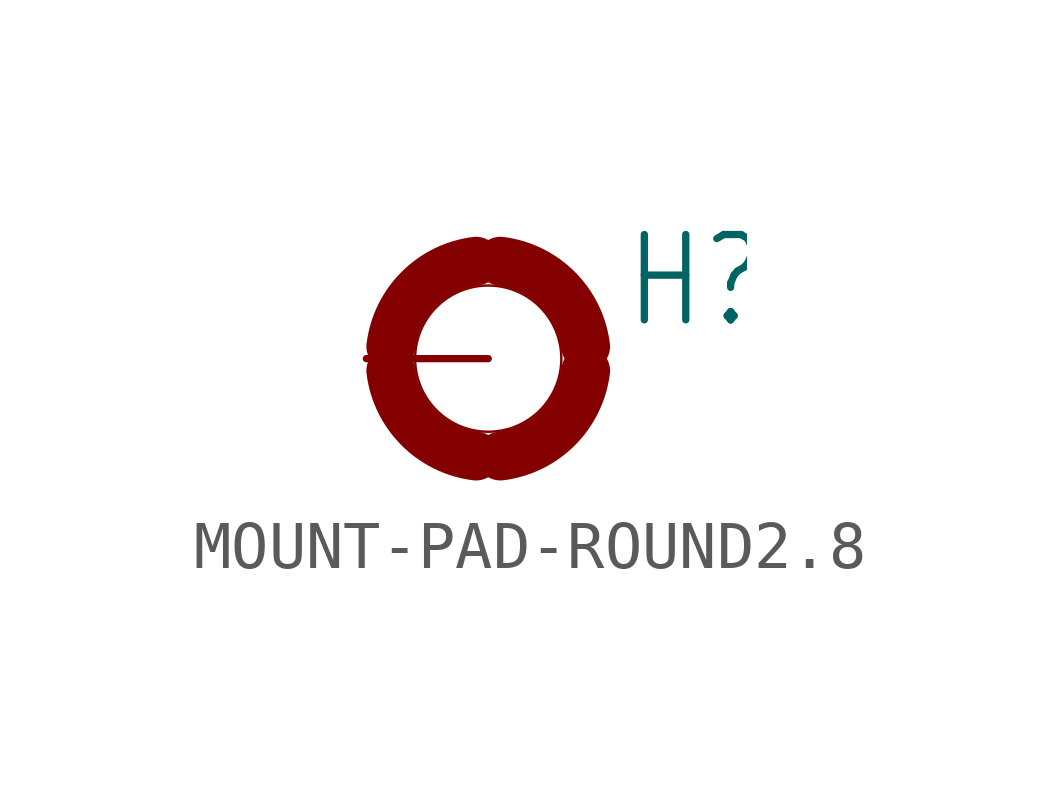
<source format=kicad_sym>
(kicad_symbol_lib
  (version 20241209)
  (generator "kicad_symbol_editor")
  (generator_version "9.0")
  (symbol "MOUNT-PAD-ROUND2.8"
    (property "Reference" "H"
      (at 2.794 0.584 0)
      (effects (font (size 1.778 1.511)) (justify left bottom)))
    (property "Value" ""
      (at 2.794 -2.464 0)
      (effects (font (size 1.778 1.511)) (justify left bottom)))
    (property "ki_locked" ""
      (at 0 0 0)
      (effects (font (size 1.27 1.27))))
    (symbol "MOUNT-PAD-ROUND2.8_1_0"
      (arc (start -2.032 0.254) (mid -1.448 1.448) (end -0.254 2.032) (stroke (width 1.016) (type solid)) (fill (type none)))
      (arc (start -0.254 -2.032) (mid -1.448 -1.448) (end -2.032 -0.254) (stroke (width 1.016) (type solid)) (fill (type none)))
      (circle (center 0 0) (radius 1.524) (stroke (width 0.051) (type solid)) (fill (type none)))
      (arc (start 0.254 2.032) (mid 1.448 1.448) (end 2.032 0.254) (stroke (width 1.016) (type solid)) (fill (type none)))
      (arc (start 2.032 -0.254) (mid 1.448 -1.448) (end 0.254 -2.032) (stroke (width 1.016) (type solid)) (fill (type none)))
      (pin passive line (at -2.54 0 0) (length 2.54) (name "MOUNT" (effects (font (size 0 0)))) (number "B2,8" (effects (font (size 0 0))))))))
</source>
